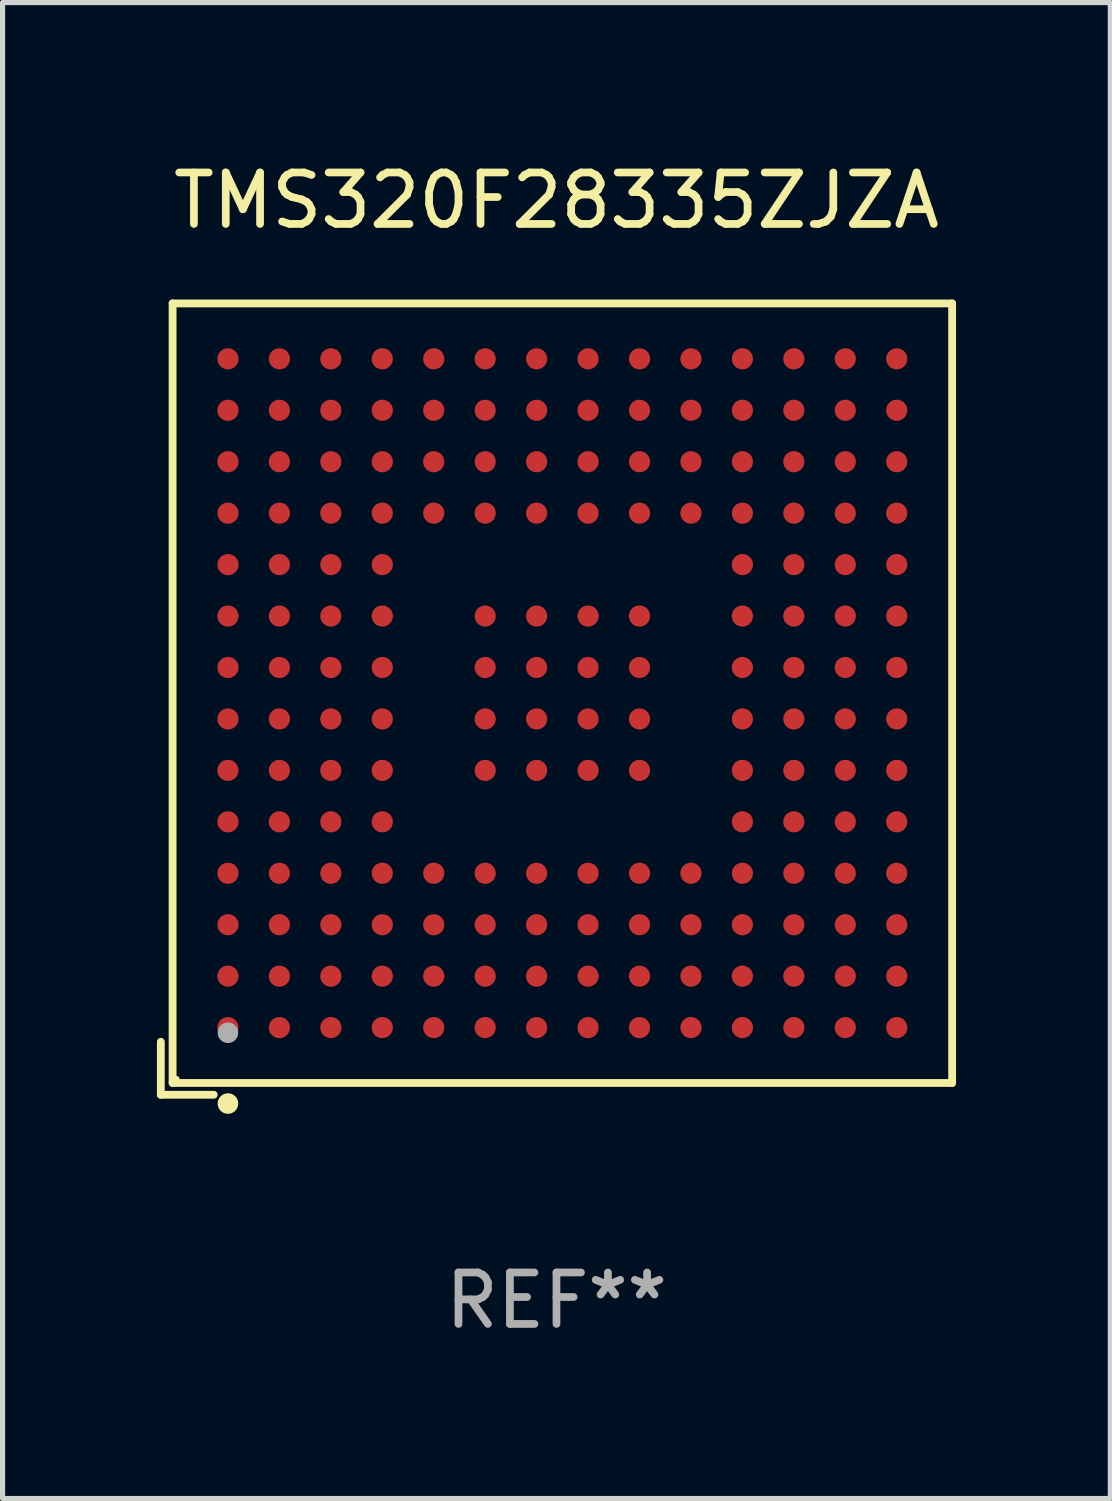
<source format=kicad_pcb>
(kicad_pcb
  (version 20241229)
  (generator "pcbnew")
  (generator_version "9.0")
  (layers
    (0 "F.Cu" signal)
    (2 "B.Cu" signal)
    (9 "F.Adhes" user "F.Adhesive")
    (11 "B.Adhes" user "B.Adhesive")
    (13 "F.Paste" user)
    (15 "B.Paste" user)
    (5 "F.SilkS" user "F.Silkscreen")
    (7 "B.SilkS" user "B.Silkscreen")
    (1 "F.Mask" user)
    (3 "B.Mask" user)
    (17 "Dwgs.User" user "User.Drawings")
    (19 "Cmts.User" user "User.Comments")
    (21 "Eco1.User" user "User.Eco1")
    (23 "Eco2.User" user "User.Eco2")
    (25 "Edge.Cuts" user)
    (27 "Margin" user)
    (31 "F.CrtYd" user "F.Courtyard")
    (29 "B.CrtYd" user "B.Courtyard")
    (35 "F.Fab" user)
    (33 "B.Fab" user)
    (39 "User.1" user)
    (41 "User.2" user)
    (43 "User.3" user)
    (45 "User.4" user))
  (footprint "TMS320F28335ZJZA"
    (layer "F.Cu")
    (at 7.767 10.539)
    (property "Reference" "TMS320F28335ZJZA" (at 0 -9.691 0) (layer "F.SilkS") (effects (font (size 1 1) (thickness 0.15))))
    (attr through_hole)
    (fp_line (start -7.691 6.662) (end -7.691 7.691) (stroke (width 0.152) (type solid)) (layer "F.SilkS"))
    (fp_line (start -7.691 7.691) (end -6.662 7.691) (stroke (width 0.152) (type solid)) (layer "F.SilkS"))
    (fp_line (start -7.462 -7.691) (end 7.691 -7.691) (stroke (width 0.152) (type solid)) (layer "F.SilkS"))
    (fp_line (start -7.462 7.462) (end -7.462 -7.691) (stroke (width 0.152) (type solid)) (layer "F.SilkS"))
    (fp_line (start 7.691 -7.691) (end 7.691 7.462) (stroke (width 0.152) (type solid)) (layer "F.SilkS"))
    (fp_line (start 7.691 7.462) (end -7.462 7.462) (stroke (width 0.152) (type solid)) (layer "F.SilkS"))
    (fp_circle (center -7.386 7.386) (end -7.356 7.386) (stroke (width 0.06) (type solid)) (fill no) (layer "F.SilkS"))
    (fp_circle (center -6.386 7.862) (end -6.286 7.862) (stroke (width 0.2) (type solid)) (fill no) (layer "F.SilkS"))
    (fp_circle (center -6.386 6.486) (end -6.286 6.486) (stroke (width 0.2) (type solid)) (fill no) (layer "F.Fab"))
    (fp_text user "REF**" (at 0 11.691 0) (layer "F.Fab") (effects (font (size 1 1) (thickness 0.15))))
    (pad "A1" smd circle (at -6.386 6.386) (size 0.412 0.412) (layers "F.Cu" "F.Mask" "F.Paste"))
    (pad "A2" smd circle (at -6.386 5.386) (size 0.412 0.412) (layers "F.Cu" "F.Mask" "F.Paste"))
    (pad "A3" smd circle (at -6.386 4.386) (size 0.412 0.412) (layers "F.Cu" "F.Mask" "F.Paste"))
    (pad "A4" smd circle (at -6.386 3.386) (size 0.412 0.412) (layers "F.Cu" "F.Mask" "F.Paste"))
    (pad "A5" smd circle (at -6.386 2.386) (size 0.412 0.412) (layers "F.Cu" "F.Mask" "F.Paste"))
    (pad "A6" smd circle (at -6.386 1.386) (size 0.412 0.412) (layers "F.Cu" "F.Mask" "F.Paste"))
    (pad "A7" smd circle (at -6.386 0.386) (size 0.412 0.412) (layers "F.Cu" "F.Mask" "F.Paste"))
    (pad "A8" smd circle (at -6.386 -0.614) (size 0.412 0.412) (layers "F.Cu" "F.Mask" "F.Paste"))
    (pad "A9" smd circle (at -6.386 -1.614) (size 0.412 0.412) (layers "F.Cu" "F.Mask" "F.Paste"))
    (pad "A10" smd circle (at -6.386 -2.614) (size 0.412 0.412) (layers "F.Cu" "F.Mask" "F.Paste"))
    (pad "A11" smd circle (at -6.386 -3.614) (size 0.412 0.412) (layers "F.Cu" "F.Mask" "F.Paste"))
    (pad "A12" smd circle (at -6.386 -4.614) (size 0.412 0.412) (layers "F.Cu" "F.Mask" "F.Paste"))
    (pad "A13" smd circle (at -6.386 -5.614) (size 0.412 0.412) (layers "F.Cu" "F.Mask" "F.Paste"))
    (pad "A14" smd circle (at -6.386 -6.614) (size 0.412 0.412) (layers "F.Cu" "F.Mask" "F.Paste"))
    (pad "B1" smd circle (at -5.386 6.386) (size 0.412 0.412) (layers "F.Cu" "F.Mask" "F.Paste"))
    (pad "B2" smd circle (at -5.386 5.386) (size 0.412 0.412) (layers "F.Cu" "F.Mask" "F.Paste"))
    (pad "B3" smd circle (at -5.386 4.386) (size 0.412 0.412) (layers "F.Cu" "F.Mask" "F.Paste"))
    (pad "B4" smd circle (at -5.386 3.386) (size 0.412 0.412) (layers "F.Cu" "F.Mask" "F.Paste"))
    (pad "B5" smd circle (at -5.386 2.386) (size 0.412 0.412) (layers "F.Cu" "F.Mask" "F.Paste"))
    (pad "B6" smd circle (at -5.386 1.386) (size 0.412 0.412) (layers "F.Cu" "F.Mask" "F.Paste"))
    (pad "B7" smd circle (at -5.386 0.386) (size 0.412 0.412) (layers "F.Cu" "F.Mask" "F.Paste"))
    (pad "B8" smd circle (at -5.386 -0.614) (size 0.412 0.412) (layers "F.Cu" "F.Mask" "F.Paste"))
    (pad "B9" smd circle (at -5.386 -1.614) (size 0.412 0.412) (layers "F.Cu" "F.Mask" "F.Paste"))
    (pad "B10" smd circle (at -5.386 -2.614) (size 0.412 0.412) (layers "F.Cu" "F.Mask" "F.Paste"))
    (pad "B11" smd circle (at -5.386 -3.614) (size 0.412 0.412) (layers "F.Cu" "F.Mask" "F.Paste"))
    (pad "B12" smd circle (at -5.386 -4.614) (size 0.412 0.412) (layers "F.Cu" "F.Mask" "F.Paste"))
    (pad "B13" smd circle (at -5.386 -5.614) (size 0.412 0.412) (layers "F.Cu" "F.Mask" "F.Paste"))
    (pad "B14" smd circle (at -5.386 -6.614) (size 0.412 0.412) (layers "F.Cu" "F.Mask" "F.Paste"))
    (pad "C1" smd circle (at -4.386 6.386) (size 0.412 0.412) (layers "F.Cu" "F.Mask" "F.Paste"))
    (pad "C2" smd circle (at -4.386 5.386) (size 0.412 0.412) (layers "F.Cu" "F.Mask" "F.Paste"))
    (pad "C3" smd circle (at -4.386 4.386) (size 0.412 0.412) (layers "F.Cu" "F.Mask" "F.Paste"))
    (pad "C4" smd circle (at -4.386 3.386) (size 0.412 0.412) (layers "F.Cu" "F.Mask" "F.Paste"))
    (pad "C5" smd circle (at -4.386 2.386) (size 0.412 0.412) (layers "F.Cu" "F.Mask" "F.Paste"))
    (pad "C6" smd circle (at -4.386 1.386) (size 0.412 0.412) (layers "F.Cu" "F.Mask" "F.Paste"))
    (pad "C7" smd circle (at -4.386 0.386) (size 0.412 0.412) (layers "F.Cu" "F.Mask" "F.Paste"))
    (pad "C8" smd circle (at -4.386 -0.614) (size 0.412 0.412) (layers "F.Cu" "F.Mask" "F.Paste"))
    (pad "C9" smd circle (at -4.386 -1.614) (size 0.412 0.412) (layers "F.Cu" "F.Mask" "F.Paste"))
    (pad "C10" smd circle (at -4.386 -2.614) (size 0.412 0.412) (layers "F.Cu" "F.Mask" "F.Paste"))
    (pad "C11" smd circle (at -4.386 -3.614) (size 0.412 0.412) (layers "F.Cu" "F.Mask" "F.Paste"))
    (pad "C12" smd circle (at -4.386 -4.614) (size 0.412 0.412) (layers "F.Cu" "F.Mask" "F.Paste"))
    (pad "C13" smd circle (at -4.386 -5.614) (size 0.412 0.412) (layers "F.Cu" "F.Mask" "F.Paste"))
    (pad "C14" smd circle (at -4.386 -6.614) (size 0.412 0.412) (layers "F.Cu" "F.Mask" "F.Paste"))
    (pad "D1" smd circle (at -3.386 6.386) (size 0.412 0.412) (layers "F.Cu" "F.Mask" "F.Paste"))
    (pad "D2" smd circle (at -3.386 5.386) (size 0.412 0.412) (layers "F.Cu" "F.Mask" "F.Paste"))
    (pad "D3" smd circle (at -3.386 4.386) (size 0.412 0.412) (layers "F.Cu" "F.Mask" "F.Paste"))
    (pad "D4" smd circle (at -3.386 3.386) (size 0.412 0.412) (layers "F.Cu" "F.Mask" "F.Paste"))
    (pad "D5" smd circle (at -3.386 2.386) (size 0.412 0.412) (layers "F.Cu" "F.Mask" "F.Paste"))
    (pad "D6" smd circle (at -3.386 1.386) (size 0.412 0.412) (layers "F.Cu" "F.Mask" "F.Paste"))
    (pad "D7" smd circle (at -3.386 0.386) (size 0.412 0.412) (layers "F.Cu" "F.Mask" "F.Paste"))
    (pad "D8" smd circle (at -3.386 -0.614) (size 0.412 0.412) (layers "F.Cu" "F.Mask" "F.Paste"))
    (pad "D9" smd circle (at -3.386 -1.614) (size 0.412 0.412) (layers "F.Cu" "F.Mask" "F.Paste"))
    (pad "D10" smd circle (at -3.386 -2.614) (size 0.412 0.412) (layers "F.Cu" "F.Mask" "F.Paste"))
    (pad "D11" smd circle (at -3.386 -3.614) (size 0.412 0.412) (layers "F.Cu" "F.Mask" "F.Paste"))
    (pad "D12" smd circle (at -3.386 -4.614) (size 0.412 0.412) (layers "F.Cu" "F.Mask" "F.Paste"))
    (pad "D13" smd circle (at -3.386 -5.614) (size 0.412 0.412) (layers "F.Cu" "F.Mask" "F.Paste"))
    (pad "D14" smd circle (at -3.386 -6.614) (size 0.412 0.412) (layers "F.Cu" "F.Mask" "F.Paste"))
    (pad "E1" smd circle (at -2.386 6.386) (size 0.412 0.412) (layers "F.Cu" "F.Mask" "F.Paste"))
    (pad "E2" smd circle (at -2.386 5.386) (size 0.412 0.412) (layers "F.Cu" "F.Mask" "F.Paste"))
    (pad "E3" smd circle (at -2.386 4.386) (size 0.412 0.412) (layers "F.Cu" "F.Mask" "F.Paste"))
    (pad "E4" smd circle (at -2.386 3.386) (size 0.412 0.412) (layers "F.Cu" "F.Mask" "F.Paste"))
    (pad "E11" smd circle (at -2.386 -3.614) (size 0.412 0.412) (layers "F.Cu" "F.Mask" "F.Paste"))
    (pad "E12" smd circle (at -2.386 -4.614) (size 0.412 0.412) (layers "F.Cu" "F.Mask" "F.Paste"))
    (pad "E13" smd circle (at -2.386 -5.614) (size 0.412 0.412) (layers "F.Cu" "F.Mask" "F.Paste"))
    (pad "E14" smd circle (at -2.386 -6.614) (size 0.412 0.412) (layers "F.Cu" "F.Mask" "F.Paste"))
    (pad "F1" smd circle (at -1.386 6.386) (size 0.412 0.412) (layers "F.Cu" "F.Mask" "F.Paste"))
    (pad "F2" smd circle (at -1.386 5.386) (size 0.412 0.412) (layers "F.Cu" "F.Mask" "F.Paste"))
    (pad "F3" smd circle (at -1.386 4.386) (size 0.412 0.412) (layers "F.Cu" "F.Mask" "F.Paste"))
    (pad "F4" smd circle (at -1.386 3.386) (size 0.412 0.412) (layers "F.Cu" "F.Mask" "F.Paste"))
    (pad "F6" smd circle (at -1.386 1.386) (size 0.412 0.412) (layers "F.Cu" "F.Mask" "F.Paste"))
    (pad "F7" smd circle (at -1.386 0.386) (size 0.412 0.412) (layers "F.Cu" "F.Mask" "F.Paste"))
    (pad "F8" smd circle (at -1.386 -0.614) (size 0.412 0.412) (layers "F.Cu" "F.Mask" "F.Paste"))
    (pad "F9" smd circle (at -1.386 -1.614) (size 0.412 0.412) (layers "F.Cu" "F.Mask" "F.Paste"))
    (pad "F11" smd circle (at -1.386 -3.614) (size 0.412 0.412) (layers "F.Cu" "F.Mask" "F.Paste"))
    (pad "F12" smd circle (at -1.386 -4.614) (size 0.412 0.412) (layers "F.Cu" "F.Mask" "F.Paste"))
    (pad "F13" smd circle (at -1.386 -5.614) (size 0.412 0.412) (layers "F.Cu" "F.Mask" "F.Paste"))
    (pad "F14" smd circle (at -1.386 -6.614) (size 0.412 0.412) (layers "F.Cu" "F.Mask" "F.Paste"))
    (pad "G1" smd circle (at -0.386 6.386) (size 0.412 0.412) (layers "F.Cu" "F.Mask" "F.Paste"))
    (pad "G2" smd circle (at -0.386 5.386) (size 0.412 0.412) (layers "F.Cu" "F.Mask" "F.Paste"))
    (pad "G3" smd circle (at -0.386 4.386) (size 0.412 0.412) (layers "F.Cu" "F.Mask" "F.Paste"))
    (pad "G4" smd circle (at -0.386 3.386) (size 0.412 0.412) (layers "F.Cu" "F.Mask" "F.Paste"))
    (pad "G6" smd circle (at -0.386 1.386) (size 0.412 0.412) (layers "F.Cu" "F.Mask" "F.Paste"))
    (pad "G7" smd circle (at -0.386 0.386) (size 0.412 0.412) (layers "F.Cu" "F.Mask" "F.Paste"))
    (pad "G8" smd circle (at -0.386 -0.614) (size 0.412 0.412) (layers "F.Cu" "F.Mask" "F.Paste"))
    (pad "G9" smd circle (at -0.386 -1.614) (size 0.412 0.412) (layers "F.Cu" "F.Mask" "F.Paste"))
    (pad "G11" smd circle (at -0.386 -3.614) (size 0.412 0.412) (layers "F.Cu" "F.Mask" "F.Paste"))
    (pad "G12" smd circle (at -0.386 -4.614) (size 0.412 0.412) (layers "F.Cu" "F.Mask" "F.Paste"))
    (pad "G13" smd circle (at -0.386 -5.614) (size 0.412 0.412) (layers "F.Cu" "F.Mask" "F.Paste"))
    (pad "G14" smd circle (at -0.386 -6.614) (size 0.412 0.412) (layers "F.Cu" "F.Mask" "F.Paste"))
    (pad "H1" smd circle (at 0.614 6.386) (size 0.412 0.412) (layers "F.Cu" "F.Mask" "F.Paste"))
    (pad "H2" smd circle (at 0.614 5.386) (size 0.412 0.412) (layers "F.Cu" "F.Mask" "F.Paste"))
    (pad "H3" smd circle (at 0.614 4.386) (size 0.412 0.412) (layers "F.Cu" "F.Mask" "F.Paste"))
    (pad "H4" smd circle (at 0.614 3.386) (size 0.412 0.412) (layers "F.Cu" "F.Mask" "F.Paste"))
    (pad "H6" smd circle (at 0.614 1.386) (size 0.412 0.412) (layers "F.Cu" "F.Mask" "F.Paste"))
    (pad "H7" smd circle (at 0.614 0.386) (size 0.412 0.412) (layers "F.Cu" "F.Mask" "F.Paste"))
    (pad "H8" smd circle (at 0.614 -0.614) (size 0.412 0.412) (layers "F.Cu" "F.Mask" "F.Paste"))
    (pad "H9" smd circle (at 0.614 -1.614) (size 0.412 0.412) (layers "F.Cu" "F.Mask" "F.Paste"))
    (pad "H11" smd circle (at 0.614 -3.614) (size 0.412 0.412) (layers "F.Cu" "F.Mask" "F.Paste"))
    (pad "H12" smd circle (at 0.614 -4.614) (size 0.412 0.412) (layers "F.Cu" "F.Mask" "F.Paste"))
    (pad "H13" smd circle (at 0.614 -5.614) (size 0.412 0.412) (layers "F.Cu" "F.Mask" "F.Paste"))
    (pad "H14" smd circle (at 0.614 -6.614) (size 0.412 0.412) (layers "F.Cu" "F.Mask" "F.Paste"))
    (pad "J1" smd circle (at 1.614 6.386) (size 0.412 0.412) (layers "F.Cu" "F.Mask" "F.Paste"))
    (pad "J2" smd circle (at 1.614 5.386) (size 0.412 0.412) (layers "F.Cu" "F.Mask" "F.Paste"))
    (pad "J3" smd circle (at 1.614 4.386) (size 0.412 0.412) (layers "F.Cu" "F.Mask" "F.Paste"))
    (pad "J4" smd circle (at 1.614 3.386) (size 0.412 0.412) (layers "F.Cu" "F.Mask" "F.Paste"))
    (pad "J6" smd circle (at 1.614 1.386) (size 0.412 0.412) (layers "F.Cu" "F.Mask" "F.Paste"))
    (pad "J7" smd circle (at 1.614 0.386) (size 0.412 0.412) (layers "F.Cu" "F.Mask" "F.Paste"))
    (pad "J8" smd circle (at 1.614 -0.614) (size 0.412 0.412) (layers "F.Cu" "F.Mask" "F.Paste"))
    (pad "J9" smd circle (at 1.614 -1.614) (size 0.412 0.412) (layers "F.Cu" "F.Mask" "F.Paste"))
    (pad "J11" smd circle (at 1.614 -3.614) (size 0.412 0.412) (layers "F.Cu" "F.Mask" "F.Paste"))
    (pad "J12" smd circle (at 1.614 -4.614) (size 0.412 0.412) (layers "F.Cu" "F.Mask" "F.Paste"))
    (pad "J13" smd circle (at 1.614 -5.614) (size 0.412 0.412) (layers "F.Cu" "F.Mask" "F.Paste"))
    (pad "J14" smd circle (at 1.614 -6.614) (size 0.412 0.412) (layers "F.Cu" "F.Mask" "F.Paste"))
    (pad "K1" smd circle (at 2.614 6.386) (size 0.412 0.412) (layers "F.Cu" "F.Mask" "F.Paste"))
    (pad "K2" smd circle (at 2.614 5.386) (size 0.412 0.412) (layers "F.Cu" "F.Mask" "F.Paste"))
    (pad "K3" smd circle (at 2.614 4.386) (size 0.412 0.412) (layers "F.Cu" "F.Mask" "F.Paste"))
    (pad "K4" smd circle (at 2.614 3.386) (size 0.412 0.412) (layers "F.Cu" "F.Mask" "F.Paste"))
    (pad "K11" smd circle (at 2.614 -3.614) (size 0.412 0.412) (layers "F.Cu" "F.Mask" "F.Paste"))
    (pad "K12" smd circle (at 2.614 -4.614) (size 0.412 0.412) (layers "F.Cu" "F.Mask" "F.Paste"))
    (pad "K13" smd circle (at 2.614 -5.614) (size 0.412 0.412) (layers "F.Cu" "F.Mask" "F.Paste"))
    (pad "K14" smd circle (at 2.614 -6.614) (size 0.412 0.412) (layers "F.Cu" "F.Mask" "F.Paste"))
    (pad "L1" smd circle (at 3.614 6.386) (size 0.412 0.412) (layers "F.Cu" "F.Mask" "F.Paste"))
    (pad "L2" smd circle (at 3.614 5.386) (size 0.412 0.412) (layers "F.Cu" "F.Mask" "F.Paste"))
    (pad "L3" smd circle (at 3.614 4.386) (size 0.412 0.412) (layers "F.Cu" "F.Mask" "F.Paste"))
    (pad "L4" smd circle (at 3.614 3.386) (size 0.412 0.412) (layers "F.Cu" "F.Mask" "F.Paste"))
    (pad "L5" smd circle (at 3.614 2.386) (size 0.412 0.412) (layers "F.Cu" "F.Mask" "F.Paste"))
    (pad "L6" smd circle (at 3.614 1.386) (size 0.412 0.412) (layers "F.Cu" "F.Mask" "F.Paste"))
    (pad "L7" smd circle (at 3.614 0.386) (size 0.412 0.412) (layers "F.Cu" "F.Mask" "F.Paste"))
    (pad "L8" smd circle (at 3.614 -0.614) (size 0.412 0.412) (layers "F.Cu" "F.Mask" "F.Paste"))
    (pad "L9" smd circle (at 3.614 -1.614) (size 0.412 0.412) (layers "F.Cu" "F.Mask" "F.Paste"))
    (pad "L10" smd circle (at 3.614 -2.614) (size 0.412 0.412) (layers "F.Cu" "F.Mask" "F.Paste"))
    (pad "L11" smd circle (at 3.614 -3.614) (size 0.412 0.412) (layers "F.Cu" "F.Mask" "F.Paste"))
    (pad "L12" smd circle (at 3.614 -4.614) (size 0.412 0.412) (layers "F.Cu" "F.Mask" "F.Paste"))
    (pad "L13" smd circle (at 3.614 -5.614) (size 0.412 0.412) (layers "F.Cu" "F.Mask" "F.Paste"))
    (pad "L14" smd circle (at 3.614 -6.614) (size 0.412 0.412) (layers "F.Cu" "F.Mask" "F.Paste"))
    (pad "M1" smd circle (at 4.614 6.386) (size 0.412 0.412) (layers "F.Cu" "F.Mask" "F.Paste"))
    (pad "M2" smd circle (at 4.614 5.386) (size 0.412 0.412) (layers "F.Cu" "F.Mask" "F.Paste"))
    (pad "M3" smd circle (at 4.614 4.386) (size 0.412 0.412) (layers "F.Cu" "F.Mask" "F.Paste"))
    (pad "M4" smd circle (at 4.614 3.386) (size 0.412 0.412) (layers "F.Cu" "F.Mask" "F.Paste"))
    (pad "M5" smd circle (at 4.614 2.386) (size 0.412 0.412) (layers "F.Cu" "F.Mask" "F.Paste"))
    (pad "M6" smd circle (at 4.614 1.386) (size 0.412 0.412) (layers "F.Cu" "F.Mask" "F.Paste"))
    (pad "M7" smd circle (at 4.614 0.386) (size 0.412 0.412) (layers "F.Cu" "F.Mask" "F.Paste"))
    (pad "M8" smd circle (at 4.614 -0.614) (size 0.412 0.412) (layers "F.Cu" "F.Mask" "F.Paste"))
    (pad "M9" smd circle (at 4.614 -1.614) (size 0.412 0.412) (layers "F.Cu" "F.Mask" "F.Paste"))
    (pad "M10" smd circle (at 4.614 -2.614) (size 0.412 0.412) (layers "F.Cu" "F.Mask" "F.Paste"))
    (pad "M11" smd circle (at 4.614 -3.614) (size 0.412 0.412) (layers "F.Cu" "F.Mask" "F.Paste"))
    (pad "M12" smd circle (at 4.614 -4.614) (size 0.412 0.412) (layers "F.Cu" "F.Mask" "F.Paste"))
    (pad "M13" smd circle (at 4.614 -5.614) (size 0.412 0.412) (layers "F.Cu" "F.Mask" "F.Paste"))
    (pad "M14" smd circle (at 4.614 -6.614) (size 0.412 0.412) (layers "F.Cu" "F.Mask" "F.Paste"))
    (pad "N1" smd circle (at 5.614 6.386) (size 0.412 0.412) (layers "F.Cu" "F.Mask" "F.Paste"))
    (pad "N2" smd circle (at 5.614 5.386) (size 0.412 0.412) (layers "F.Cu" "F.Mask" "F.Paste"))
    (pad "N3" smd circle (at 5.614 4.386) (size 0.412 0.412) (layers "F.Cu" "F.Mask" "F.Paste"))
    (pad "N4" smd circle (at 5.614 3.386) (size 0.412 0.412) (layers "F.Cu" "F.Mask" "F.Paste"))
    (pad "N5" smd circle (at 5.614 2.386) (size 0.412 0.412) (layers "F.Cu" "F.Mask" "F.Paste"))
    (pad "N6" smd circle (at 5.614 1.386) (size 0.412 0.412) (layers "F.Cu" "F.Mask" "F.Paste"))
    (pad "N7" smd circle (at 5.614 0.386) (size 0.412 0.412) (layers "F.Cu" "F.Mask" "F.Paste"))
    (pad "N8" smd circle (at 5.614 -0.614) (size 0.412 0.412) (layers "F.Cu" "F.Mask" "F.Paste"))
    (pad "N9" smd circle (at 5.614 -1.614) (size 0.412 0.412) (layers "F.Cu" "F.Mask" "F.Paste"))
    (pad "N10" smd circle (at 5.614 -2.614) (size 0.412 0.412) (layers "F.Cu" "F.Mask" "F.Paste"))
    (pad "N11" smd circle (at 5.614 -3.614) (size 0.412 0.412) (layers "F.Cu" "F.Mask" "F.Paste"))
    (pad "N12" smd circle (at 5.614 -4.614) (size 0.412 0.412) (layers "F.Cu" "F.Mask" "F.Paste"))
    (pad "N13" smd circle (at 5.614 -5.614) (size 0.412 0.412) (layers "F.Cu" "F.Mask" "F.Paste"))
    (pad "N14" smd circle (at 5.614 -6.614) (size 0.412 0.412) (layers "F.Cu" "F.Mask" "F.Paste"))
    (pad "P1" smd circle (at 6.614 6.386) (size 0.412 0.412) (layers "F.Cu" "F.Mask" "F.Paste"))
    (pad "P2" smd circle (at 6.614 5.386) (size 0.412 0.412) (layers "F.Cu" "F.Mask" "F.Paste"))
    (pad "P3" smd circle (at 6.614 4.386) (size 0.412 0.412) (layers "F.Cu" "F.Mask" "F.Paste"))
    (pad "P4" smd circle (at 6.614 3.386) (size 0.412 0.412) (layers "F.Cu" "F.Mask" "F.Paste"))
    (pad "P5" smd circle (at 6.614 2.386) (size 0.412 0.412) (layers "F.Cu" "F.Mask" "F.Paste"))
    (pad "P6" smd circle (at 6.614 1.386) (size 0.412 0.412) (layers "F.Cu" "F.Mask" "F.Paste"))
    (pad "P7" smd circle (at 6.614 0.386) (size 0.412 0.412) (layers "F.Cu" "F.Mask" "F.Paste"))
    (pad "P8" smd circle (at 6.614 -0.614) (size 0.412 0.412) (layers "F.Cu" "F.Mask" "F.Paste"))
    (pad "P9" smd circle (at 6.614 -1.614) (size 0.412 0.412) (layers "F.Cu" "F.Mask" "F.Paste"))
    (pad "P10" smd circle (at 6.614 -2.614) (size 0.412 0.412) (layers "F.Cu" "F.Mask" "F.Paste"))
    (pad "P11" smd circle (at 6.614 -3.614) (size 0.412 0.412) (layers "F.Cu" "F.Mask" "F.Paste"))
    (pad "P12" smd circle (at 6.614 -4.614) (size 0.412 0.412) (layers "F.Cu" "F.Mask" "F.Paste"))
    (pad "P13" smd circle (at 6.614 -5.614) (size 0.412 0.412) (layers "F.Cu" "F.Mask" "F.Paste"))
    (pad "P14" smd circle (at 6.614 -6.614) (size 0.412 0.412) (layers "F.Cu" "F.Mask" "F.Paste")))
  (gr_rect
    (start -3 -3)
    (end 18.533 26.078)
    (stroke (width 0.1) (type default))
    (fill no)
    (layer "Edge.Cuts")))
</source>
